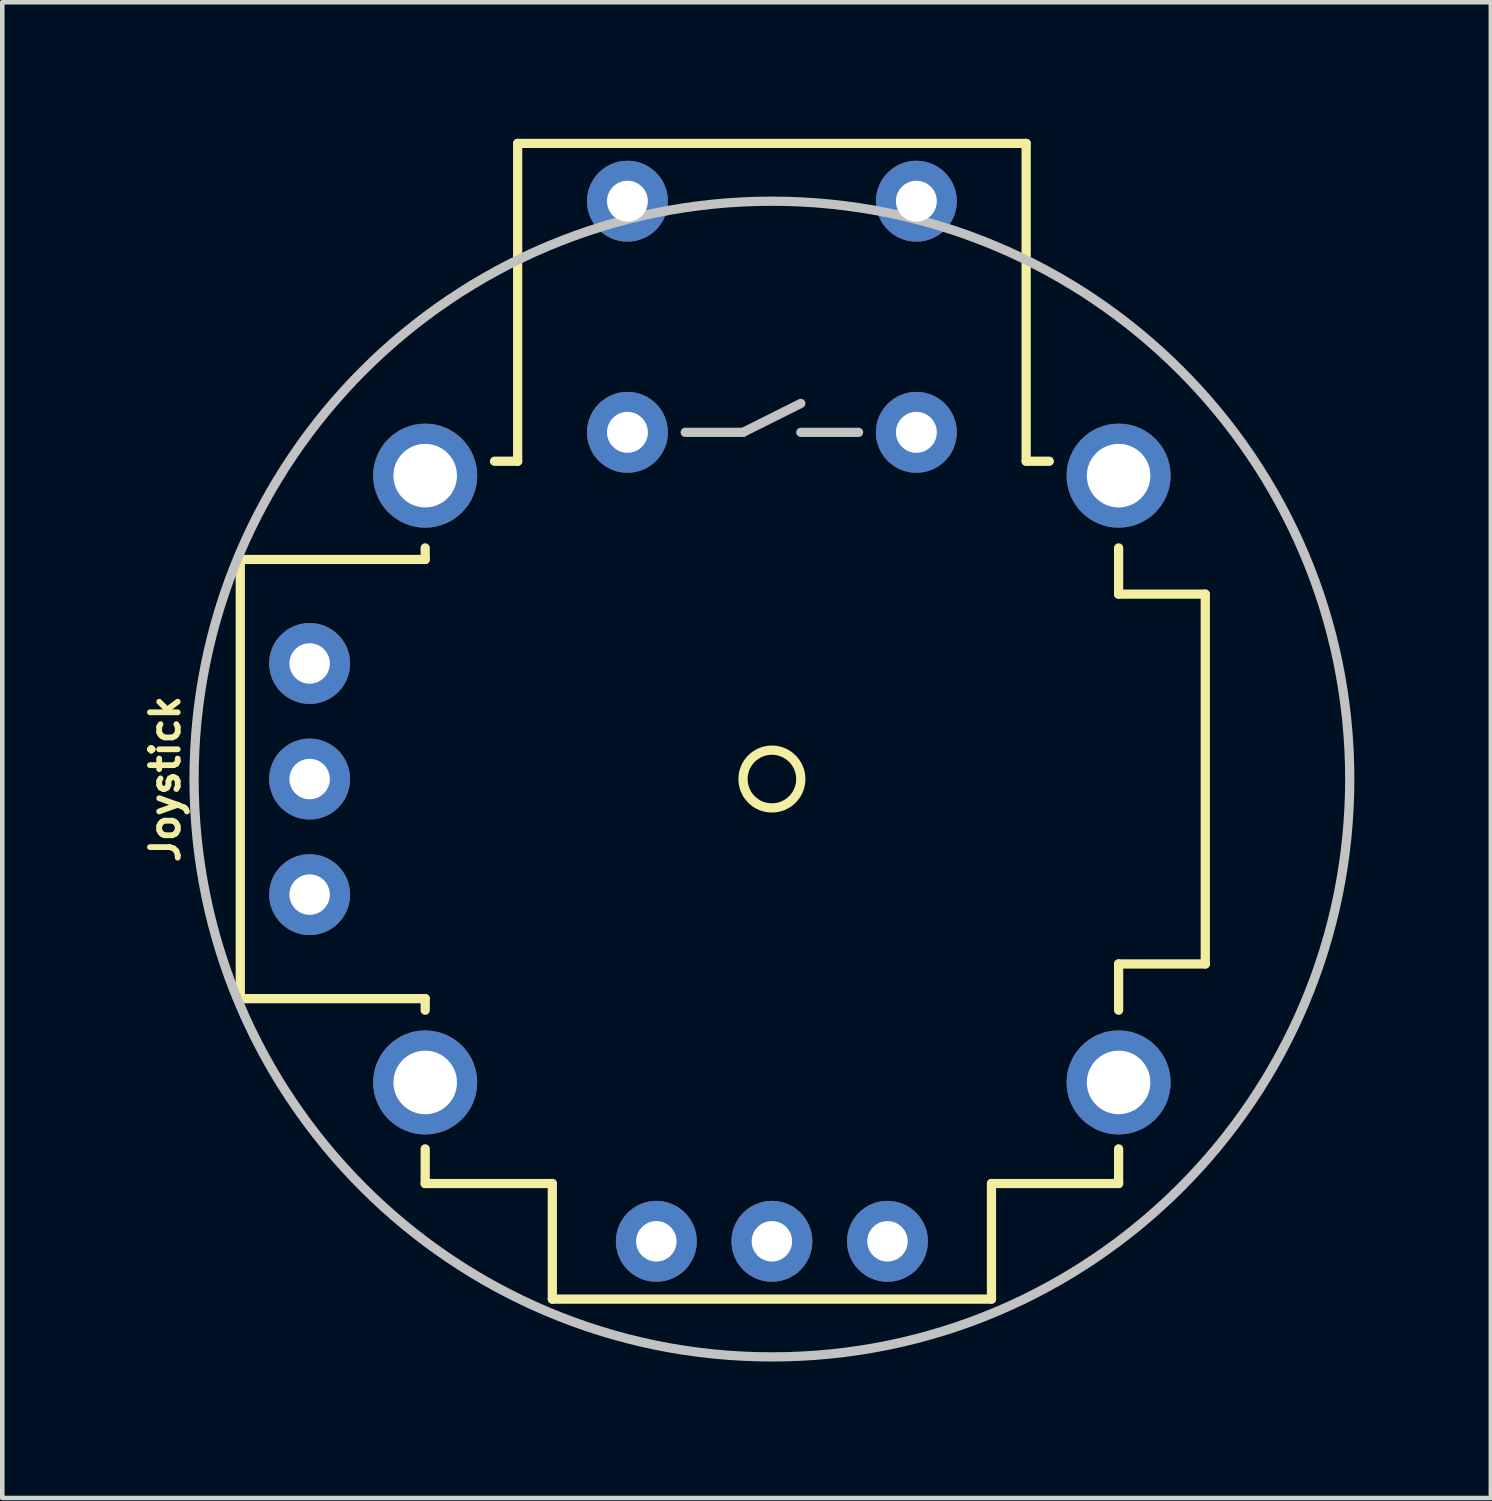
<source format=kicad_pcb>
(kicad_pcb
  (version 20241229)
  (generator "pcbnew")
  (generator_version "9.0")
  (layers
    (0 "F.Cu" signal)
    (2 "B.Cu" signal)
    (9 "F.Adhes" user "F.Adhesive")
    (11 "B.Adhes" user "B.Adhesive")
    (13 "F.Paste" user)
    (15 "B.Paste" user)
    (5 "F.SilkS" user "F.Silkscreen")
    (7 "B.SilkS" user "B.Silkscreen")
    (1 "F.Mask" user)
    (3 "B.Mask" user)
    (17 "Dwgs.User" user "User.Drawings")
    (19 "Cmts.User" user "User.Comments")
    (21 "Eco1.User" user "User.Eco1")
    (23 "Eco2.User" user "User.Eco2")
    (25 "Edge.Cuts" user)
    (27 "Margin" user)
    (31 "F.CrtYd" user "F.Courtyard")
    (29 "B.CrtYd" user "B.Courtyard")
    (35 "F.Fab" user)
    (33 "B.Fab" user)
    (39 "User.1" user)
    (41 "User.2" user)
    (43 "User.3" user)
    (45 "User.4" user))
  (footprint "Joystick"
    (layer "F.Cu")
    (at 13.915 14.072)
    (property "Reference" "Joystick" (at -13.335 0 90) (layer "F.SilkS") (effects (font (size 0.61 0.61) (thickness 0.127))))
    (attr exclude_from_pos_files exclude_from_bom)
    (fp_line (start -11.684 -4.826) (end -11.684 4.826) (stroke (width 0.203) (type solid)) (layer "F.SilkS"))
    (fp_line (start -7.62 -4.826) (end -11.684 -4.826) (stroke (width 0.203) (type solid)) (layer "F.SilkS"))
    (fp_line (start -7.62 -4.826) (end -7.62 -5.08) (stroke (width 0.203) (type solid)) (layer "F.SilkS"))
    (fp_line (start -7.62 4.826) (end -11.684 4.826) (stroke (width 0.203) (type solid)) (layer "F.SilkS"))
    (fp_line (start -7.62 4.826) (end -7.62 5.08) (stroke (width 0.203) (type solid)) (layer "F.SilkS"))
    (fp_line (start -7.62 8.128) (end -7.62 8.89) (stroke (width 0.203) (type solid)) (layer "F.SilkS"))
    (fp_line (start -5.588 -13.97) (end -5.588 -6.985) (stroke (width 0.203) (type solid)) (layer "F.SilkS"))
    (fp_line (start -5.588 -6.985) (end -6.096 -6.985) (stroke (width 0.203) (type solid)) (layer "F.SilkS"))
    (fp_line (start -4.826 8.89) (end -7.62 8.89) (stroke (width 0.203) (type solid)) (layer "F.SilkS"))
    (fp_line (start -4.826 11.43) (end -4.826 8.89) (stroke (width 0.203) (type solid)) (layer "F.SilkS"))
    (fp_line (start 4.826 8.89) (end 7.62 8.89) (stroke (width 0.203) (type solid)) (layer "F.SilkS"))
    (fp_line (start 4.826 11.43) (end -4.826 11.43) (stroke (width 0.203) (type solid)) (layer "F.SilkS"))
    (fp_line (start 4.826 11.43) (end 4.826 8.89) (stroke (width 0.203) (type solid)) (layer "F.SilkS"))
    (fp_line (start 5.588 -13.97) (end -5.588 -13.97) (stroke (width 0.203) (type solid)) (layer "F.SilkS"))
    (fp_line (start 5.588 -13.97) (end 5.588 -6.985) (stroke (width 0.203) (type solid)) (layer "F.SilkS"))
    (fp_line (start 6.096 -6.985) (end 5.588 -6.985) (stroke (width 0.203) (type solid)) (layer "F.SilkS"))
    (fp_line (start 7.62 -4.064) (end 7.62 -5.08) (stroke (width 0.203) (type solid)) (layer "F.SilkS"))
    (fp_line (start 7.62 -4.064) (end 9.525 -4.064) (stroke (width 0.203) (type solid)) (layer "F.SilkS"))
    (fp_line (start 7.62 4.064) (end 7.62 5.08) (stroke (width 0.203) (type solid)) (layer "F.SilkS"))
    (fp_line (start 7.62 4.064) (end 9.525 4.064) (stroke (width 0.203) (type solid)) (layer "F.SilkS"))
    (fp_line (start 7.62 8.128) (end 7.62 8.89) (stroke (width 0.203) (type solid)) (layer "F.SilkS"))
    (fp_line (start 9.525 -4.064) (end 9.525 4.064) (stroke (width 0.203) (type solid)) (layer "F.SilkS"))
    (fp_circle (center 0 0) (end 0 -0.635) (stroke (width 0.203) (type solid)) (fill no) (layer "F.SilkS"))
    (fp_line (start -1.905 -7.62) (end -0.635 -7.62) (stroke (width 0.203) (type solid)) (layer "Dwgs.User"))
    (fp_line (start -0.635 -7.62) (end 0.635 -8.255) (stroke (width 0.203) (type solid)) (layer "Dwgs.User"))
    (fp_line (start 0.635 -7.62) (end 1.905 -7.62) (stroke (width 0.203) (type solid)) (layer "Dwgs.User"))
    (fp_circle (center 0 0) (end 0 -12.7) (stroke (width 0.203) (type solid)) (fill no) (layer "Dwgs.User"))
    (pad "1" thru_hole circle (at -10.16 -2.54) (size 1.778 1.778) (drill 0.889) (layers "*.Cu" "*.Mask"))
    (pad "2" thru_hole circle (at -10.16 0) (size 1.778 1.778) (drill 0.889) (layers "*.Cu" "*.Mask"))
    (pad "3" thru_hole circle (at -10.16 2.54) (size 1.778 1.778) (drill 0.889) (layers "*.Cu" "*.Mask"))
    (pad "4" thru_hole circle (at -2.54 10.16) (size 1.778 1.778) (drill 0.889) (layers "*.Cu" "*.Mask"))
    (pad "5" thru_hole circle (at 0 10.16) (size 1.778 1.778) (drill 0.889) (layers "*.Cu" "*.Mask"))
    (pad "6" thru_hole circle (at 2.54 10.16) (size 1.778 1.778) (drill 0.889) (layers "*.Cu" "*.Mask"))
    (pad "B1A" thru_hole circle (at -3.175 -12.7) (size 1.778 1.778) (drill 0.899) (layers "*.Cu" "*.Mask"))
    (pad "B1B" thru_hole circle (at 3.175 -12.7) (size 1.778 1.778) (drill 0.899) (layers "*.Cu" "*.Mask"))
    (pad "B2A" thru_hole circle (at -3.175 -7.62) (size 1.778 1.778) (drill 0.899) (layers "*.Cu" "*.Mask"))
    (pad "B2B" thru_hole circle (at 3.175 -7.62) (size 1.778 1.778) (drill 0.899) (layers "*.Cu" "*.Mask"))
    (pad "MOUN" thru_hole circle (at -7.62 -6.668) (size 2.286 2.286) (drill 1.397) (layers "*.Cu" "*.Mask"))
    (pad "MOUN" thru_hole circle (at -7.62 6.668) (size 2.286 2.286) (drill 1.397) (layers "*.Cu" "*.Mask"))
    (pad "MOUN" thru_hole circle (at 7.62 -6.668) (size 2.286 2.286) (drill 1.397) (layers "*.Cu" "*.Mask"))
    (pad "MOUN" thru_hole circle (at 7.62 6.668) (size 2.286 2.286) (drill 1.397) (layers "*.Cu" "*.Mask")))
  (gr_rect
    (start -3 -3)
    (end 29.716 29.873)
    (stroke (width 0.1) (type default))
    (fill no)
    (layer "Edge.Cuts")))
</source>
